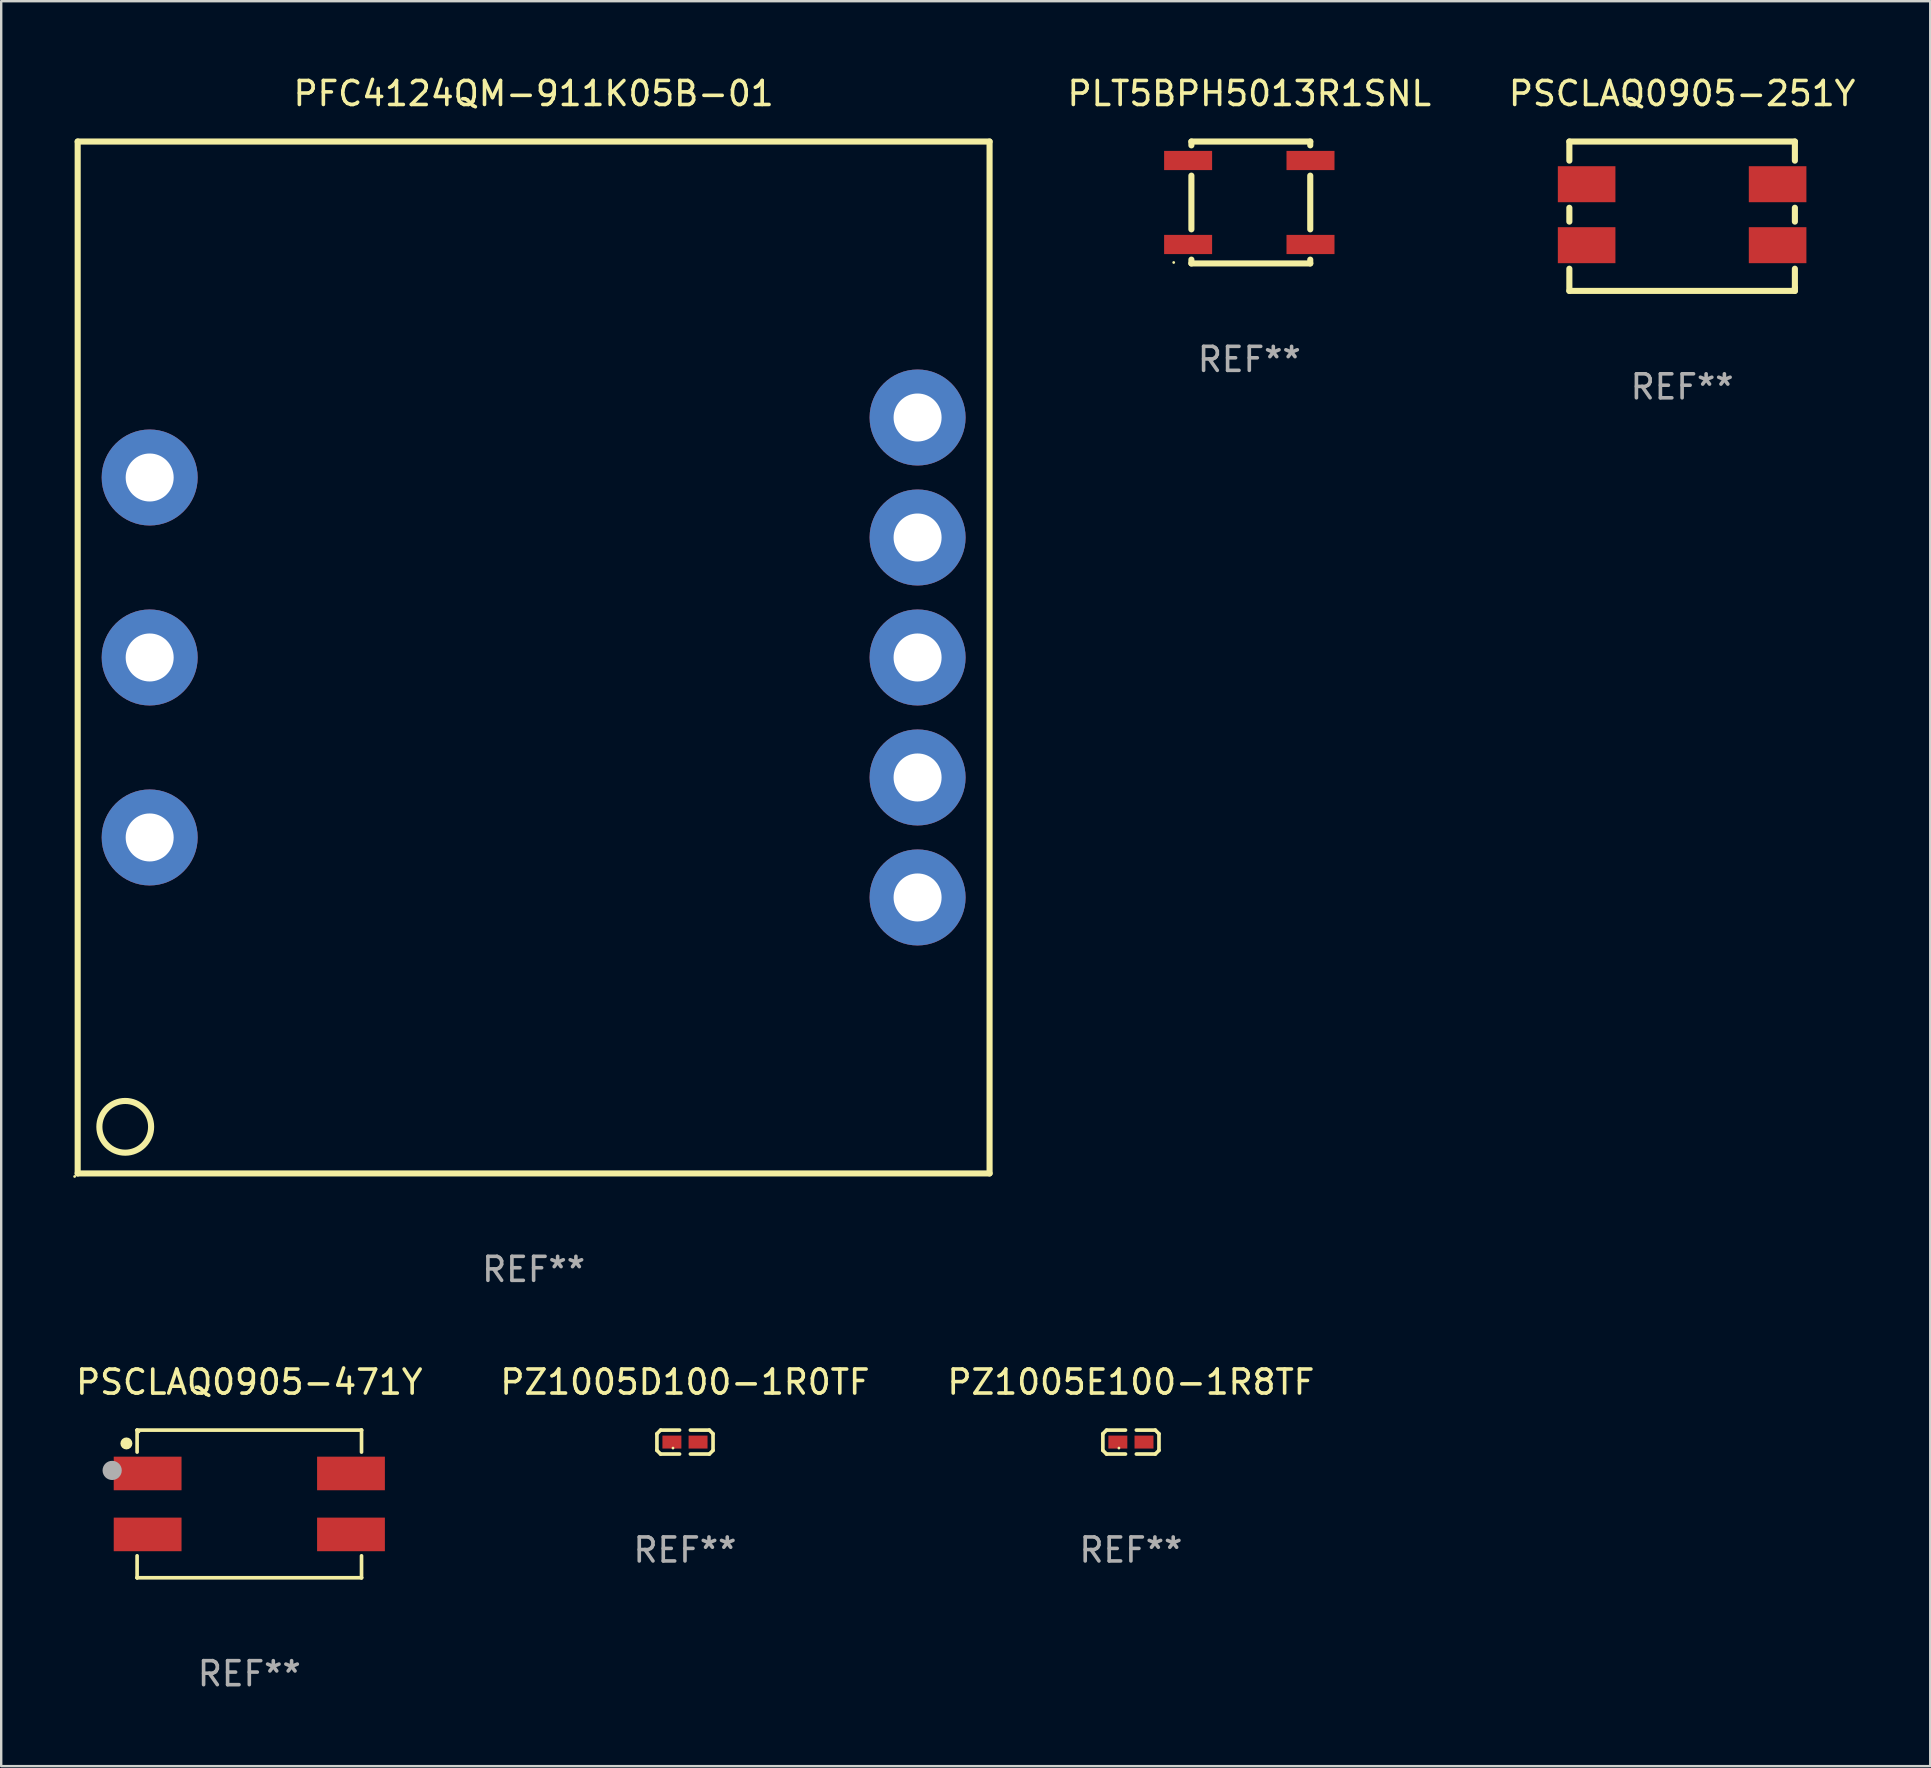
<source format=kicad_pcb>
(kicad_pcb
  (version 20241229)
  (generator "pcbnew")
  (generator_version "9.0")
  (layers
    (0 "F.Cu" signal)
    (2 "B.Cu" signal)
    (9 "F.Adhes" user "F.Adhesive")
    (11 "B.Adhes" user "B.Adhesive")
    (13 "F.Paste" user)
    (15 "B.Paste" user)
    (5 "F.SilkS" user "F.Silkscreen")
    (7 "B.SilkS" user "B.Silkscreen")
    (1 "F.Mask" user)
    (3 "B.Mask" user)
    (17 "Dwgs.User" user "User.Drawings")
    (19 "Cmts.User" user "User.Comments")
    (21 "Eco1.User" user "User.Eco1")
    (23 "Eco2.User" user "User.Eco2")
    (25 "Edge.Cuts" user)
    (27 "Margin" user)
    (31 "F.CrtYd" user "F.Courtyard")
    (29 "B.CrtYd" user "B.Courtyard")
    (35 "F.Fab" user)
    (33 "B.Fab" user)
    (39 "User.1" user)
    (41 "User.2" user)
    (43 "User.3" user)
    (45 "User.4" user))
  (footprint "PZ1005D100-1R0TF"
    (layer "F.Cu")
    (at 25.494 57.043)
    (property "Reference" "PZ1005D100-1R0TF" (at 0 -2.499 0) (layer "F.SilkS") (effects (font (size 1 1) (thickness 0.15))))
    (attr through_hole)
    (fp_line (start -1.169 -0.346) (end -1.016 -0.499) (stroke (width 0.152) (type solid)) (layer "F.SilkS"))
    (fp_line (start -1.169 0.346) (end -1.169 -0.346) (stroke (width 0.152) (type solid)) (layer "F.SilkS"))
    (fp_line (start -1.016 -0.499) (end -0.226 -0.499) (stroke (width 0.152) (type solid)) (layer "F.SilkS"))
    (fp_line (start -1.016 0.499) (end -1.169 0.346) (stroke (width 0.152) (type solid)) (layer "F.SilkS"))
    (fp_line (start -0.226 0.499) (end -1.016 0.499) (stroke (width 0.152) (type solid)) (layer "F.SilkS"))
    (fp_line (start 0.226 0.499) (end 1.016 0.499) (stroke (width 0.152) (type solid)) (layer "F.SilkS"))
    (fp_line (start 1.016 -0.499) (end 0.226 -0.499) (stroke (width 0.152) (type solid)) (layer "F.SilkS"))
    (fp_line (start 1.016 0.499) (end 1.169 0.346) (stroke (width 0.152) (type solid)) (layer "F.SilkS"))
    (fp_line (start 1.169 -0.346) (end 1.016 -0.499) (stroke (width 0.152) (type solid)) (layer "F.SilkS"))
    (fp_line (start 1.169 0.346) (end 1.169 -0.346) (stroke (width 0.152) (type solid)) (layer "F.SilkS"))
    (fp_circle (center -0.5 0.25) (end -0.47 0.25) (stroke (width 0.06) (type solid)) (fill no) (layer "F.SilkS"))
    (fp_text user "REF**" (at 0 4.499 0) (layer "F.Fab") (effects (font (size 1 1) (thickness 0.15))))
    (pad "1" smd rect (at -0.545 0) (size 0.79 0.54) (layers "F.Cu" "F.Mask" "F.Paste"))
    (pad "2" smd rect (at 0.545 0) (size 0.79 0.54) (layers "F.Cu" "F.Mask" "F.Paste")))
  (footprint "PSCLAQ0905-471Y"
    (layer "F.Cu")
    (at 7.339 59.621)
    (property "Reference" "PSCLAQ0905-471Y" (at 0 -5.076 0) (layer "F.SilkS") (effects (font (size 1 1) (thickness 0.15))))
    (attr through_hole)
    (fp_line (start -4.676 -3.076) (end -4.676 -3.076) (stroke (width 0.152) (type solid)) (layer "F.SilkS"))
    (fp_line (start -4.676 -3.076) (end 4.676 -3.076) (stroke (width 0.152) (type solid)) (layer "F.SilkS"))
    (fp_line (start -4.676 -2.161) (end -4.676 -3.076) (stroke (width 0.152) (type solid)) (layer "F.SilkS"))
    (fp_line (start -4.676 2.161) (end -4.676 3.076) (stroke (width 0.152) (type solid)) (layer "F.SilkS"))
    (fp_line (start -4.676 3.076) (end -4.676 3.076) (stroke (width 0.152) (type solid)) (layer "F.SilkS"))
    (fp_line (start -4.676 3.076) (end 4.676 3.076) (stroke (width 0.152) (type solid)) (layer "F.SilkS"))
    (fp_line (start 4.676 -3.076) (end 4.676 -3.076) (stroke (width 0.152) (type solid)) (layer "F.SilkS"))
    (fp_line (start 4.676 -3.076) (end 4.676 -2.161) (stroke (width 0.152) (type solid)) (layer "F.SilkS"))
    (fp_line (start 4.676 3.076) (end 4.676 2.161) (stroke (width 0.152) (type solid)) (layer "F.SilkS"))
    (fp_line (start 4.676 3.076) (end 4.676 3.076) (stroke (width 0.152) (type solid)) (layer "F.SilkS"))
    (fp_circle (center -5.122 -2.521) (end -4.997 -2.521) (stroke (width 0.25) (type solid)) (fill no) (layer "F.SilkS"))
    (fp_circle (center -4.6 -3) (end -4.57 -3) (stroke (width 0.06) (type solid)) (fill no) (layer "F.SilkS"))
    (fp_circle (center -5.715 -1.397) (end -5.515 -1.397) (stroke (width 0.4) (type solid)) (fill no) (layer "F.Fab"))
    (fp_text user "REF**" (at 0 7.076 0) (layer "F.Fab") (effects (font (size 1 1) (thickness 0.15))))
    (pad "1" smd rect (at -4.237 -1.27) (size 2.825 1.4) (layers "F.Cu" "F.Mask" "F.Paste"))
    (pad "2" smd rect (at -4.237 1.27) (size 2.825 1.4) (layers "F.Cu" "F.Mask" "F.Paste"))
    (pad "3" smd rect (at 4.237 1.27) (size 2.825 1.4) (layers "F.Cu" "F.Mask" "F.Paste"))
    (pad "4" smd rect (at 4.237 -1.27) (size 2.825 1.4) (layers "F.Cu" "F.Mask" "F.Paste")))
  (footprint "PFC4124QM-911K05B-01"
    (layer "F.Cu")
    (at 19.187 24.348)
    (property "Reference" "PFC4124QM-911K05B-01" (at 0 -23.5 0) (layer "F.SilkS") (effects (font (size 1 1) (thickness 0.15))))
    (attr through_hole)
    (fp_line (start -19 -21.5) (end -19 21.5) (stroke (width 0.254) (type solid)) (layer "F.SilkS"))
    (fp_line (start -19 -21.5) (end 19 -21.5) (stroke (width 0.254) (type solid)) (layer "F.SilkS"))
    (fp_line (start -19 21.5) (end 19 21.5) (stroke (width 0.254) (type solid)) (layer "F.SilkS"))
    (fp_line (start 19 -21.5) (end 19 21.5) (stroke (width 0.254) (type solid)) (layer "F.SilkS"))
    (fp_circle (center -19.127 21.627) (end -19.097 21.627) (stroke (width 0.06) (type solid)) (fill no) (layer "F.SilkS"))
    (fp_circle (center -17.018 19.558) (end -15.94 19.558) (stroke (width 0.254) (type solid)) (fill no) (layer "F.SilkS"))
    (fp_text user "REF**" (at 0 25.5 0) (layer "F.Fab") (effects (font (size 1 1) (thickness 0.15))))
    (pad "1" thru_hole circle (at -16 7.5) (size 4 4) (drill 2) (layers "*.Cu" "*.Mask"))
    (pad "2" thru_hole circle (at -16 0.000013) (size 4 4) (drill 2) (layers "*.Cu" "*.Mask"))
    (pad "3" thru_hole circle (at -16 -7.5) (size 4 4) (drill 2) (layers "*.Cu" "*.Mask"))
    (pad "4" thru_hole circle (at 16 -10) (size 4 4) (drill 2) (layers "*.Cu" "*.Mask"))
    (pad "5" thru_hole circle (at 16 -5) (size 4 4) (drill 2) (layers "*.Cu" "*.Mask"))
    (pad "6" thru_hole circle (at 16 0.000013) (size 4 4) (drill 2) (layers "*.Cu" "*.Mask"))
    (pad "7" thru_hole circle (at 16 5) (size 4 4) (drill 2) (layers "*.Cu" "*.Mask"))
    (pad "8" thru_hole circle (at 16 10) (size 4 4) (drill 2) (layers "*.Cu" "*.Mask")))
  (footprint "PZ1005E100-1R8TF"
    (layer "F.Cu")
    (at 44.077 57.043)
    (property "Reference" "PZ1005E100-1R8TF" (at 0 -2.499 0) (layer "F.SilkS") (effects (font (size 1 1) (thickness 0.15))))
    (attr through_hole)
    (fp_line (start -1.169 -0.346) (end -1.016 -0.499) (stroke (width 0.152) (type solid)) (layer "F.SilkS"))
    (fp_line (start -1.169 0.346) (end -1.169 -0.346) (stroke (width 0.152) (type solid)) (layer "F.SilkS"))
    (fp_line (start -1.016 -0.499) (end -0.226 -0.499) (stroke (width 0.152) (type solid)) (layer "F.SilkS"))
    (fp_line (start -1.016 0.499) (end -1.169 0.346) (stroke (width 0.152) (type solid)) (layer "F.SilkS"))
    (fp_line (start -0.226 0.499) (end -1.016 0.499) (stroke (width 0.152) (type solid)) (layer "F.SilkS"))
    (fp_line (start 0.226 0.499) (end 1.016 0.499) (stroke (width 0.152) (type solid)) (layer "F.SilkS"))
    (fp_line (start 1.016 -0.499) (end 0.226 -0.499) (stroke (width 0.152) (type solid)) (layer "F.SilkS"))
    (fp_line (start 1.016 0.499) (end 1.169 0.346) (stroke (width 0.152) (type solid)) (layer "F.SilkS"))
    (fp_line (start 1.169 -0.346) (end 1.016 -0.499) (stroke (width 0.152) (type solid)) (layer "F.SilkS"))
    (fp_line (start 1.169 0.346) (end 1.169 -0.346) (stroke (width 0.152) (type solid)) (layer "F.SilkS"))
    (fp_circle (center -0.5 0.25) (end -0.47 0.25) (stroke (width 0.06) (type solid)) (fill no) (layer "F.SilkS"))
    (fp_text user "REF**" (at 0 4.499 0) (layer "F.Fab") (effects (font (size 1 1) (thickness 0.15))))
    (pad "1" smd rect (at -0.545 0) (size 0.79 0.54) (layers "F.Cu" "F.Mask" "F.Paste"))
    (pad "2" smd rect (at 0.545 0) (size 0.79 0.54) (layers "F.Cu" "F.Mask" "F.Paste")))
  (footprint "PLT5BPH5013R1SNL"
    (layer "F.Cu")
    (at 49.01 5.388)
    (property "Reference" "PLT5BPH5013R1SNL" (at 0 -4.54 0) (layer "F.SilkS") (effects (font (size 1 1) (thickness 0.15))))
    (attr through_hole)
    (fp_line (start -2.413 -2.54) (end -2.413 -2.381) (stroke (width 0.254) (type solid)) (layer "F.SilkS"))
    (fp_line (start -2.413 -1.119) (end -2.413 1.119) (stroke (width 0.254) (type solid)) (layer "F.SilkS"))
    (fp_line (start -2.413 2.381) (end -2.413 2.54) (stroke (width 0.254) (type solid)) (layer "F.SilkS"))
    (fp_line (start -2.413 2.54) (end 2.54 2.54) (stroke (width 0.254) (type solid)) (layer "F.SilkS"))
    (fp_line (start 2.54 -2.54) (end -2.413 -2.54) (stroke (width 0.254) (type solid)) (layer "F.SilkS"))
    (fp_line (start 2.54 -2.381) (end 2.54 -2.54) (stroke (width 0.254) (type solid)) (layer "F.SilkS"))
    (fp_line (start 2.54 1.119) (end 2.54 -1.119) (stroke (width 0.254) (type solid)) (layer "F.SilkS"))
    (fp_line (start 2.54 2.54) (end 2.54 2.381) (stroke (width 0.254) (type solid)) (layer "F.SilkS"))
    (fp_circle (center -3.15 2.5) (end -3.12 2.5) (stroke (width 0.06) (type solid)) (fill no) (layer "F.SilkS"))
    (fp_text user "REF**" (at 0 6.54 0) (layer "F.Fab") (effects (font (size 1 1) (thickness 0.15))))
    (pad "1" smd rect (at -2.55 1.75) (size 2 0.8) (layers "F.Cu" "F.Mask" "F.Paste"))
    (pad "2" smd rect (at 2.55 1.75) (size 2 0.8) (layers "F.Cu" "F.Mask" "F.Paste"))
    (pad "3" smd rect (at 2.55 -1.75) (size 2 0.8) (layers "F.Cu" "F.Mask" "F.Paste"))
    (pad "4" smd rect (at -2.55 -1.75) (size 2 0.8) (layers "F.Cu" "F.Mask" "F.Paste")))
  (footprint "PSCLAQ0905-251Y"
    (layer "F.Cu")
    (at 67.046 5.96)
    (property "Reference" "PSCLAQ0905-251Y" (at 0 -5.112 0) (layer "F.SilkS") (effects (font (size 1 1) (thickness 0.15))))
    (attr through_hole)
    (fp_line (start -4.699 -3.112) (end 4.699 -3.112) (stroke (width 0.254) (type solid)) (layer "F.SilkS"))
    (fp_line (start -4.699 -2.315) (end -4.699 -3.112) (stroke (width 0.254) (type solid)) (layer "F.SilkS"))
    (fp_line (start -4.699 0.225) (end -4.699 -0.352) (stroke (width 0.254) (type solid)) (layer "F.SilkS"))
    (fp_line (start -4.699 3.112) (end -4.699 2.188) (stroke (width 0.254) (type solid)) (layer "F.SilkS"))
    (fp_line (start 4.699 -3.112) (end 4.699 -2.315) (stroke (width 0.254) (type solid)) (layer "F.SilkS"))
    (fp_line (start 4.699 -0.352) (end 4.699 0.225) (stroke (width 0.254) (type solid)) (layer "F.SilkS"))
    (fp_line (start 4.699 2.188) (end 4.699 2.985) (stroke (width 0.254) (type solid)) (layer "F.SilkS"))
    (fp_line (start 4.699 2.985) (end 4.699 3.112) (stroke (width 0.254) (type solid)) (layer "F.SilkS"))
    (fp_line (start 4.699 3.112) (end -4.699 3.112) (stroke (width 0.254) (type solid)) (layer "F.SilkS"))
    (fp_circle (center -4.6 -3.063) (end -4.57 -3.063) (stroke (width 0.06) (type solid)) (fill no) (layer "F.SilkS"))
    (fp_text user "REF**" (at 0 7.112 0) (layer "F.Fab") (effects (font (size 1 1) (thickness 0.15))))
    (pad "1" smd rect (at -3.979 -1.334) (size 2.4 1.5) (layers "F.Cu" "F.Mask" "F.Paste"))
    (pad "2" smd rect (at -3.979 1.207) (size 2.4 1.5) (layers "F.Cu" "F.Mask" "F.Paste"))
    (pad "3" smd rect (at 3.979 1.207) (size 2.4 1.5) (layers "F.Cu" "F.Mask" "F.Paste"))
    (pad "4" smd rect (at 3.979 -1.334) (size 2.4 1.5) (layers "F.Cu" "F.Mask" "F.Paste")))
  (gr_rect
    (start -3 -3)
    (end 77.385 70.546)
    (stroke (width 0.1) (type default))
    (fill no)
    (layer "Edge.Cuts")))
</source>
